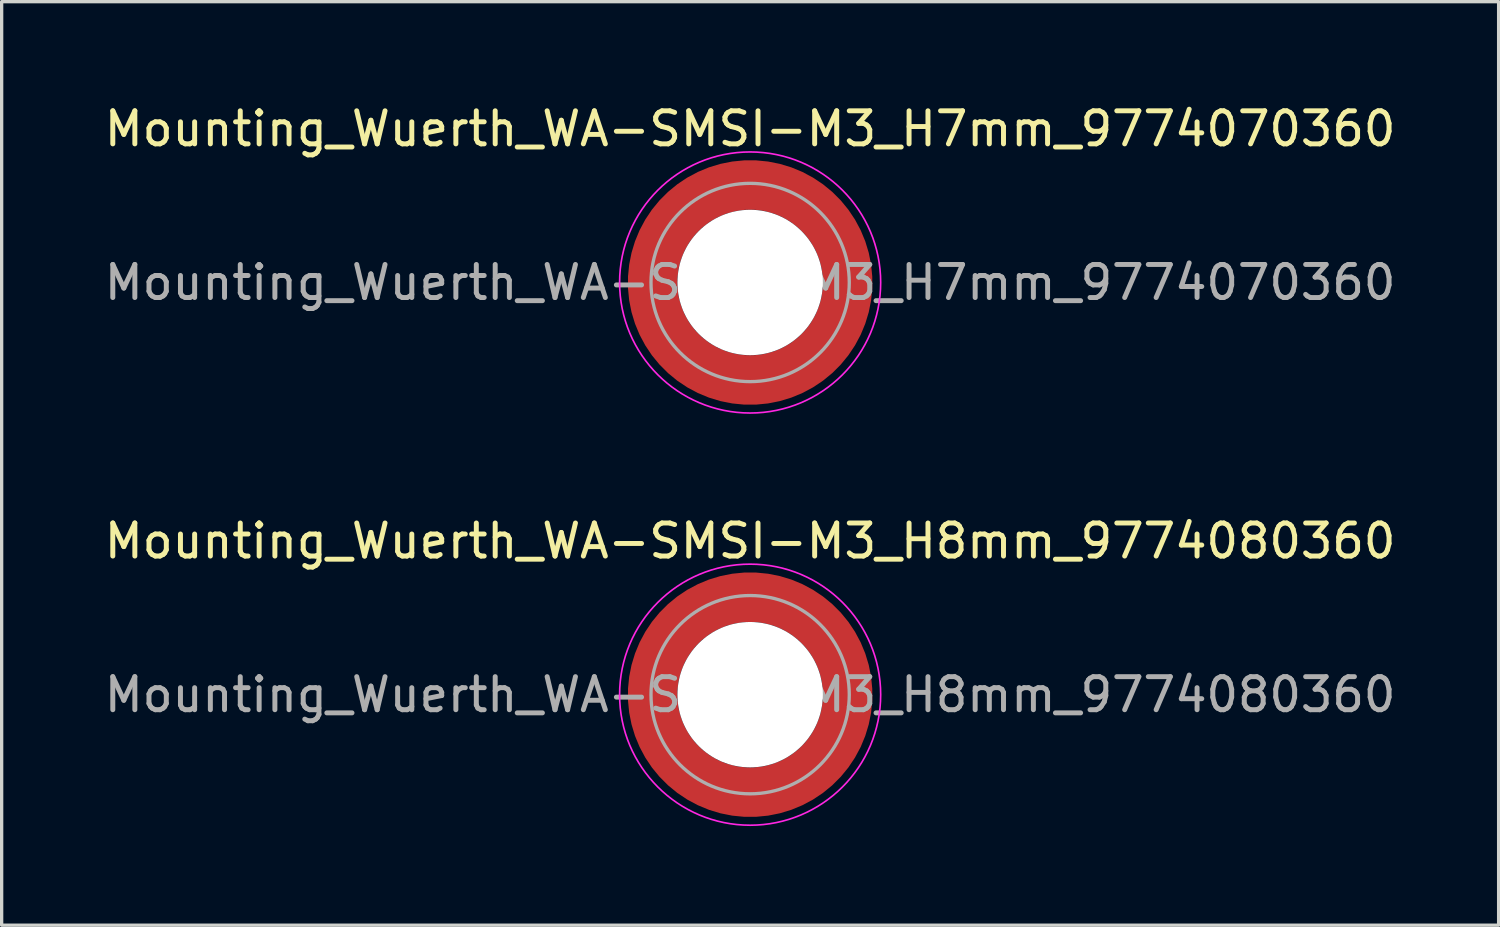
<source format=kicad_pcb>
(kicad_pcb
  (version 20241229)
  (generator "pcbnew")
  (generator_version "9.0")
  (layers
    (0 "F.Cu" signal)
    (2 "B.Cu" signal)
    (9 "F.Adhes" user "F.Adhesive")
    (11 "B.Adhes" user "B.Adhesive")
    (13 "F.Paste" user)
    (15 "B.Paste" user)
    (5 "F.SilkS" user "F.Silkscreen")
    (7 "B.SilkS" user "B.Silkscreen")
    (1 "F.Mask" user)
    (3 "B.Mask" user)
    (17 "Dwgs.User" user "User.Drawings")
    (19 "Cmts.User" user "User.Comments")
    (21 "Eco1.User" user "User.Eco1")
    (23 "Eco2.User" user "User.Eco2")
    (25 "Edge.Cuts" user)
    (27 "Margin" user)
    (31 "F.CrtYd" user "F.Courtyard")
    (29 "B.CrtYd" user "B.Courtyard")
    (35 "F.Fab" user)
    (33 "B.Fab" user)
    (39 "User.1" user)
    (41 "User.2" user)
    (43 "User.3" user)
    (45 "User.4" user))
  (footprint "Mounting_Wuerth_WA-SMSI-M3_H7mm_9774070360"
    (layer "F.Cu")
    (at 19.649 5.498)
    (property "Reference" "Mounting_Wuerth_WA-SMSI-M3_H7mm_9774070360" (at 0 -4.65 0) (layer "F.SilkS") (effects (font (size 1 1) (thickness 0.15))))
    (attr smd)
    (fp_circle (center 0 0) (end 3.95 0) (stroke (width 0.05) (type solid)) (fill no) (layer "F.CrtYd"))
    (fp_circle (center 0 0) (end 3 0) (stroke (width 0.1) (type solid)) (fill no) (layer "F.Fab"))
    (fp_text user "${REFERENCE}" (at 0 0 0) (layer "F.Fab") (effects (font (size 1 1) (thickness 0.15))))
    (pad "" smd custom (at -2.058 -2.058) (size 0.7 0.7) (layers "F.Paste") (options (anchor circle)) (primitives (gr_arc (start -0.377294 1.707681) (mid 0.317578 0.318817) (end 1.705947 -0.377044) (width 0.2)) (gr_arc (start -0.478281 1.707681) (mid 0.246161 0.248814) (end 1.703965 -0.477765) (width 0.2)) (gr_arc (start -0.579192 1.707681) (mid 0.175492 0.178063) (end 1.704077 -0.578711) (width 0.2)) (gr_arc (start -0.680037 1.707681) (mid 0.105568 0.106564) (end 1.706284 -0.679858) (width 0.2)) (gr_arc (start -0.780822 1.707681) (mid 0.034627 0.036085) (end 1.705634 -0.780569) (width 0.2)) (gr_arc (start -0.881554 1.707681) (mid -0.035694 -0.035016) (end 1.706729 -0.881441) (width 0.2)) (gr_arc (start -0.982237 1.707681) (mid -0.107281 -0.10485) (end 1.704266 -0.981843) (width 0.2)) (gr_arc (start -1.082877 1.707681) (mid -0.178372 -0.175181) (end 1.703197 -1.082374) (width 0.2)) (gr_arc (start -1.183476 1.707681) (mid -0.248964 -0.246008) (end 1.703525 -1.183025) (width 0.2)) (gr_arc (start -1.28404 1.707681) (mid -0.319062 -0.317334) (end 1.70525 -1.283784) (width 0.2)) (gr_line (start 1.708 -0.377) (end 1.708 -1.284) (width 0.2)) (gr_line (start -0.377 1.708) (end -1.284 1.708) (width 0.2))))
    (pad "" smd custom (at -2.058 2.058) (size 0.7 0.7) (layers "F.Paste") (options (anchor circle)) (primitives (gr_arc (start 1.707681 0.377294) (mid 0.318817 -0.317578) (end -0.377044 -1.705947) (width 0.2)) (gr_arc (start 1.707681 0.478281) (mid 0.248814 -0.246161) (end -0.477765 -1.703965) (width 0.2)) (gr_arc (start 1.707681 0.579192) (mid 0.178063 -0.175492) (end -0.578711 -1.704077) (width 0.2)) (gr_arc (start 1.707681 0.680037) (mid 0.106564 -0.105568) (end -0.679858 -1.706284) (width 0.2)) (gr_arc (start 1.707681 0.780822) (mid 0.036085 -0.034626) (end -0.780569 -1.705634) (width 0.2)) (gr_arc (start 1.707681 0.881554) (mid -0.035016 0.035694) (end -0.881441 -1.706729) (width 0.2)) (gr_arc (start 1.707681 0.982237) (mid -0.10485 0.107281) (end -0.981842 -1.704266) (width 0.2)) (gr_arc (start 1.707681 1.082877) (mid -0.175181 0.178372) (end -1.082374 -1.703197) (width 0.2)) (gr_arc (start 1.707681 1.183476) (mid -0.246008 0.248964) (end -1.183025 -1.703525) (width 0.2)) (gr_arc (start 1.707681 1.28404) (mid -0.317334 0.319062) (end -1.283784 -1.70525) (width 0.2)) (gr_line (start -0.377 -1.708) (end -1.284 -1.708) (width 0.2)) (gr_line (start 1.708 0.377) (end 1.708 1.284) (width 0.2))))
    (pad "" np_thru_hole circle (at 0 0) (size 4.4 4.4) (drill 4.4) (layers "*.Cu" "*.Mask"))
    (pad "" smd custom (at 2.058 -2.058) (size 0.7 0.7) (layers "F.Paste") (options (anchor circle)) (primitives (gr_arc (start -1.707681 -0.377294) (mid -0.318817 0.317579) (end 0.377044 1.705947) (width 0.2)) (gr_arc (start -1.707681 -0.478281) (mid -0.248814 0.246161) (end 0.477765 1.703965) (width 0.2)) (gr_arc (start -1.707681 -0.579192) (mid -0.178063 0.175492) (end 0.578711 1.704077) (width 0.2)) (gr_arc (start -1.707681 -0.680037) (mid -0.106564 0.105568) (end 0.679858 1.706284) (width 0.2)) (gr_arc (start -1.707681 -0.780822) (mid -0.036085 0.034627) (end 0.780569 1.705634) (width 0.2)) (gr_arc (start -1.707681 -0.881554) (mid 0.035016 -0.035694) (end 0.881441 1.706729) (width 0.2)) (gr_arc (start -1.707681 -0.982237) (mid 0.10485 -0.107281) (end 0.981843 1.704266) (width 0.2)) (gr_arc (start -1.707681 -1.082877) (mid 0.175181 -0.178372) (end 1.082374 1.703197) (width 0.2)) (gr_arc (start -1.707681 -1.183476) (mid 0.246008 -0.248964) (end 1.183025 1.703525) (width 0.2)) (gr_arc (start -1.707681 -1.28404) (mid 0.317333 -0.319062) (end 1.283784 1.70525) (width 0.2)) (gr_line (start 0.377 1.708) (end 1.284 1.708) (width 0.2)) (gr_line (start -1.708 -0.377) (end -1.708 -1.284) (width 0.2))))
    (pad "" smd custom (at 2.058 2.058) (size 0.7 0.7) (layers "F.Paste") (options (anchor circle)) (primitives (gr_arc (start 0.377294 -1.707681) (mid -0.317579 -0.318817) (end -1.705947 0.377044) (width 0.2)) (gr_arc (start 0.478281 -1.707681) (mid -0.246161 -0.248814) (end -1.703965 0.477765) (width 0.2)) (gr_arc (start 0.579192 -1.707681) (mid -0.175492 -0.178063) (end -1.704077 0.578711) (width 0.2)) (gr_arc (start 0.680037 -1.707681) (mid -0.105568 -0.106564) (end -1.706284 0.679858) (width 0.2)) (gr_arc (start 0.780822 -1.707681) (mid -0.034627 -0.036085) (end -1.705634 0.780569) (width 0.2)) (gr_arc (start 0.881554 -1.707681) (mid 0.035694 0.035016) (end -1.706729 0.881441) (width 0.2)) (gr_arc (start 0.982237 -1.707681) (mid 0.107281 0.10485) (end -1.704266 0.981843) (width 0.2)) (gr_arc (start 1.082877 -1.707681) (mid 0.178372 0.175181) (end -1.703197 1.082374) (width 0.2)) (gr_arc (start 1.183476 -1.707681) (mid 0.248964 0.246008) (end -1.703525 1.183025) (width 0.2)) (gr_arc (start 1.28404 -1.707681) (mid 0.319062 0.317333) (end -1.70525 1.283784) (width 0.2)) (gr_line (start -1.708 0.377) (end -1.708 1.284) (width 0.2)) (gr_line (start 0.377 -1.708) (end 1.284 -1.708) (width 0.2))))
    (pad "1" smd circle (at -2.95 0) (size 1.1 1.1) (layers "F.Cu"))
    (pad "1" smd circle (at 0 -2.95) (size 1.1 1.1) (layers "F.Cu"))
    (pad "1" smd circle (at 0 2.95) (size 1.1 1.1) (layers "F.Cu"))
    (pad "1" smd custom (at 2.95 0) (size 1.1 1.1) (layers "F.Cu" "F.Mask") (options (anchor circle)) (primitives (gr_circle (center -2.95 0) (end 0 0) (width 1.5) (fill no)))))
  (footprint "Mounting_Wuerth_WA-SMSI-M3_H8mm_9774080360"
    (layer "F.Cu")
    (at 19.649 17.971)
    (property "Reference" "Mounting_Wuerth_WA-SMSI-M3_H8mm_9774080360" (at 0 -4.65 0) (layer "F.SilkS") (effects (font (size 1 1) (thickness 0.15))))
    (attr smd)
    (fp_circle (center 0 0) (end 3.95 0) (stroke (width 0.05) (type solid)) (fill no) (layer "F.CrtYd"))
    (fp_circle (center 0 0) (end 3 0) (stroke (width 0.1) (type solid)) (fill no) (layer "F.Fab"))
    (fp_text user "${REFERENCE}" (at 0 0 0) (layer "F.Fab") (effects (font (size 1 1) (thickness 0.15))))
    (pad "" smd custom (at -2.058 -2.058) (size 0.7 0.7) (layers "F.Paste") (options (anchor circle)) (primitives (gr_arc (start -0.377294 1.707681) (mid 0.317578 0.318817) (end 1.705947 -0.377044) (width 0.2)) (gr_arc (start -0.478281 1.707681) (mid 0.246161 0.248814) (end 1.703965 -0.477765) (width 0.2)) (gr_arc (start -0.579192 1.707681) (mid 0.175492 0.178063) (end 1.704077 -0.578711) (width 0.2)) (gr_arc (start -0.680037 1.707681) (mid 0.105568 0.106564) (end 1.706284 -0.679858) (width 0.2)) (gr_arc (start -0.780822 1.707681) (mid 0.034627 0.036085) (end 1.705634 -0.780569) (width 0.2)) (gr_arc (start -0.881554 1.707681) (mid -0.035694 -0.035016) (end 1.706729 -0.881441) (width 0.2)) (gr_arc (start -0.982237 1.707681) (mid -0.107281 -0.10485) (end 1.704266 -0.981843) (width 0.2)) (gr_arc (start -1.082877 1.707681) (mid -0.178372 -0.175181) (end 1.703197 -1.082374) (width 0.2)) (gr_arc (start -1.183476 1.707681) (mid -0.248964 -0.246008) (end 1.703525 -1.183025) (width 0.2)) (gr_arc (start -1.28404 1.707681) (mid -0.319062 -0.317334) (end 1.70525 -1.283784) (width 0.2)) (gr_line (start 1.708 -0.377) (end 1.708 -1.284) (width 0.2)) (gr_line (start -0.377 1.708) (end -1.284 1.708) (width 0.2))))
    (pad "" smd custom (at -2.058 2.058) (size 0.7 0.7) (layers "F.Paste") (options (anchor circle)) (primitives (gr_arc (start 1.707681 0.377294) (mid 0.318817 -0.317578) (end -0.377044 -1.705947) (width 0.2)) (gr_arc (start 1.707681 0.478281) (mid 0.248814 -0.246161) (end -0.477765 -1.703965) (width 0.2)) (gr_arc (start 1.707681 0.579192) (mid 0.178063 -0.175492) (end -0.578711 -1.704077) (width 0.2)) (gr_arc (start 1.707681 0.680037) (mid 0.106564 -0.105568) (end -0.679858 -1.706284) (width 0.2)) (gr_arc (start 1.707681 0.780822) (mid 0.036085 -0.034626) (end -0.780569 -1.705634) (width 0.2)) (gr_arc (start 1.707681 0.881554) (mid -0.035016 0.035694) (end -0.881441 -1.706729) (width 0.2)) (gr_arc (start 1.707681 0.982237) (mid -0.10485 0.107281) (end -0.981842 -1.704266) (width 0.2)) (gr_arc (start 1.707681 1.082877) (mid -0.175181 0.178372) (end -1.082374 -1.703197) (width 0.2)) (gr_arc (start 1.707681 1.183476) (mid -0.246008 0.248964) (end -1.183025 -1.703525) (width 0.2)) (gr_arc (start 1.707681 1.28404) (mid -0.317334 0.319062) (end -1.283784 -1.70525) (width 0.2)) (gr_line (start -0.377 -1.708) (end -1.284 -1.708) (width 0.2)) (gr_line (start 1.708 0.377) (end 1.708 1.284) (width 0.2))))
    (pad "" np_thru_hole circle (at 0 0) (size 4.4 4.4) (drill 4.4) (layers "*.Cu" "*.Mask"))
    (pad "" smd custom (at 2.058 -2.058) (size 0.7 0.7) (layers "F.Paste") (options (anchor circle)) (primitives (gr_arc (start -1.707681 -0.377294) (mid -0.318817 0.317579) (end 0.377044 1.705947) (width 0.2)) (gr_arc (start -1.707681 -0.478281) (mid -0.248814 0.246161) (end 0.477765 1.703965) (width 0.2)) (gr_arc (start -1.707681 -0.579192) (mid -0.178063 0.175492) (end 0.578711 1.704077) (width 0.2)) (gr_arc (start -1.707681 -0.680037) (mid -0.106564 0.105568) (end 0.679858 1.706284) (width 0.2)) (gr_arc (start -1.707681 -0.780822) (mid -0.036085 0.034627) (end 0.780569 1.705634) (width 0.2)) (gr_arc (start -1.707681 -0.881554) (mid 0.035016 -0.035694) (end 0.881441 1.706729) (width 0.2)) (gr_arc (start -1.707681 -0.982237) (mid 0.10485 -0.107281) (end 0.981843 1.704266) (width 0.2)) (gr_arc (start -1.707681 -1.082877) (mid 0.175181 -0.178372) (end 1.082374 1.703197) (width 0.2)) (gr_arc (start -1.707681 -1.183476) (mid 0.246008 -0.248964) (end 1.183025 1.703525) (width 0.2)) (gr_arc (start -1.707681 -1.28404) (mid 0.317333 -0.319062) (end 1.283784 1.70525) (width 0.2)) (gr_line (start 0.377 1.708) (end 1.284 1.708) (width 0.2)) (gr_line (start -1.708 -0.377) (end -1.708 -1.284) (width 0.2))))
    (pad "" smd custom (at 2.058 2.058) (size 0.7 0.7) (layers "F.Paste") (options (anchor circle)) (primitives (gr_arc (start 0.377294 -1.707681) (mid -0.317579 -0.318817) (end -1.705947 0.377044) (width 0.2)) (gr_arc (start 0.478281 -1.707681) (mid -0.246161 -0.248814) (end -1.703965 0.477765) (width 0.2)) (gr_arc (start 0.579192 -1.707681) (mid -0.175492 -0.178063) (end -1.704077 0.578711) (width 0.2)) (gr_arc (start 0.680037 -1.707681) (mid -0.105568 -0.106564) (end -1.706284 0.679858) (width 0.2)) (gr_arc (start 0.780822 -1.707681) (mid -0.034627 -0.036085) (end -1.705634 0.780569) (width 0.2)) (gr_arc (start 0.881554 -1.707681) (mid 0.035694 0.035016) (end -1.706729 0.881441) (width 0.2)) (gr_arc (start 0.982237 -1.707681) (mid 0.107281 0.10485) (end -1.704266 0.981843) (width 0.2)) (gr_arc (start 1.082877 -1.707681) (mid 0.178372 0.175181) (end -1.703197 1.082374) (width 0.2)) (gr_arc (start 1.183476 -1.707681) (mid 0.248964 0.246008) (end -1.703525 1.183025) (width 0.2)) (gr_arc (start 1.28404 -1.707681) (mid 0.319062 0.317333) (end -1.70525 1.283784) (width 0.2)) (gr_line (start -1.708 0.377) (end -1.708 1.284) (width 0.2)) (gr_line (start 0.377 -1.708) (end 1.284 -1.708) (width 0.2))))
    (pad "1" smd circle (at -2.95 0) (size 1.1 1.1) (layers "F.Cu"))
    (pad "1" smd circle (at 0 -2.95) (size 1.1 1.1) (layers "F.Cu"))
    (pad "1" smd circle (at 0 2.95) (size 1.1 1.1) (layers "F.Cu"))
    (pad "1" smd custom (at 2.95 0) (size 1.1 1.1) (layers "F.Cu" "F.Mask") (options (anchor circle)) (primitives (gr_circle (center -2.95 0) (end 0 0) (width 1.5) (fill no)))))
  (gr_rect
    (start -3 -3)
    (end 42.298 24.947)
    (stroke (width 0.1) (type default))
    (fill no)
    (layer "Edge.Cuts")))
</source>
